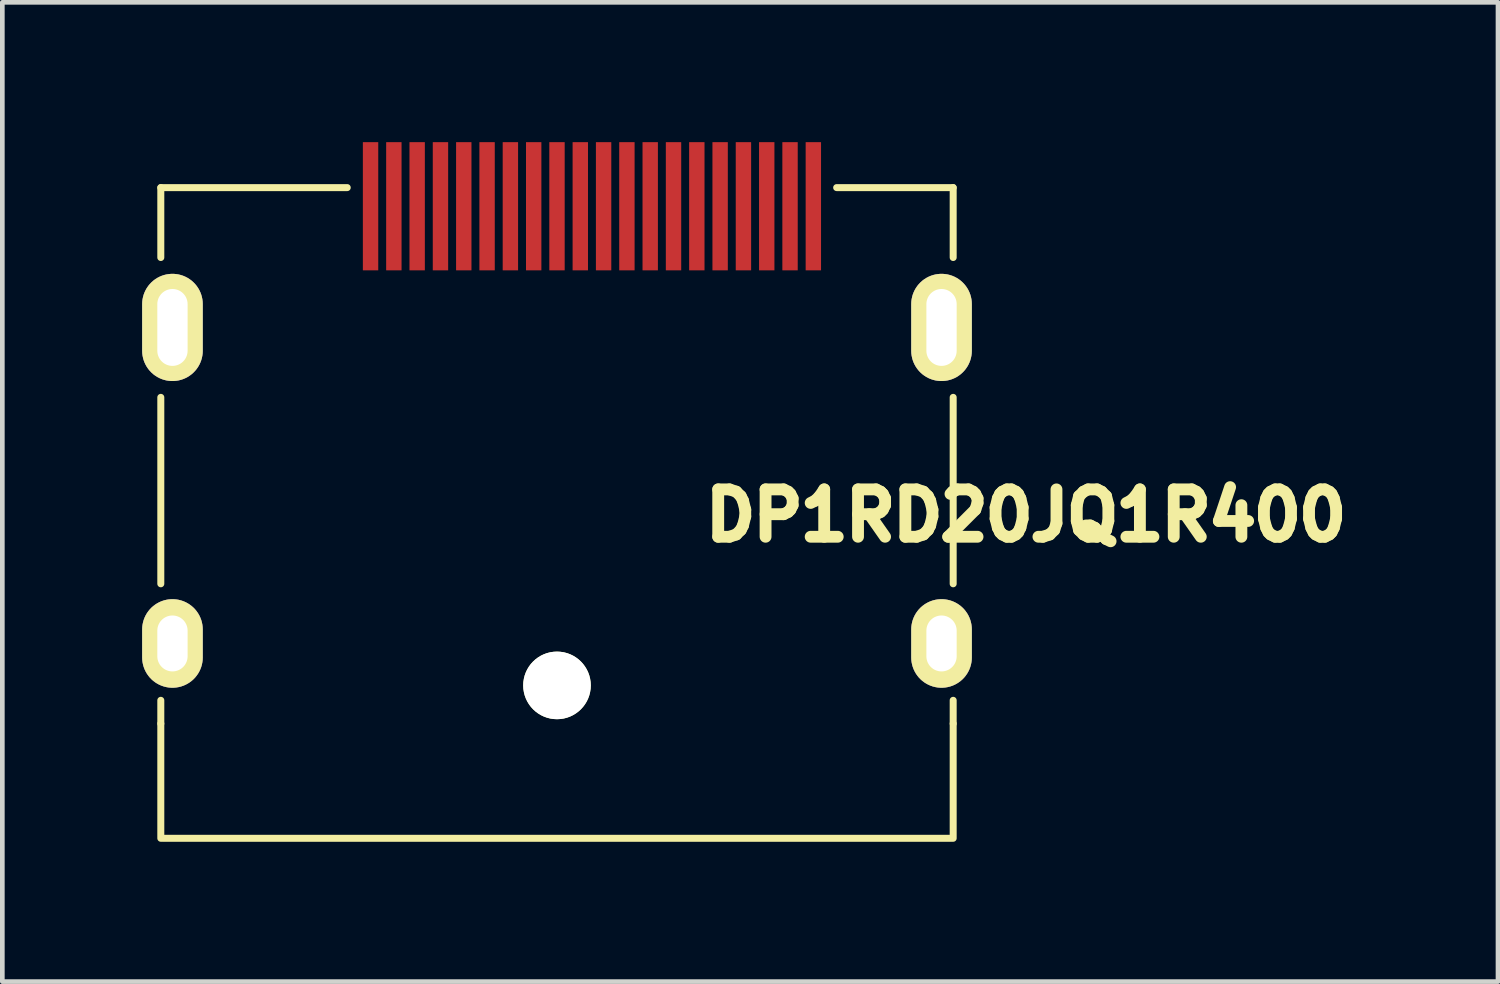
<source format=kicad_pcb>
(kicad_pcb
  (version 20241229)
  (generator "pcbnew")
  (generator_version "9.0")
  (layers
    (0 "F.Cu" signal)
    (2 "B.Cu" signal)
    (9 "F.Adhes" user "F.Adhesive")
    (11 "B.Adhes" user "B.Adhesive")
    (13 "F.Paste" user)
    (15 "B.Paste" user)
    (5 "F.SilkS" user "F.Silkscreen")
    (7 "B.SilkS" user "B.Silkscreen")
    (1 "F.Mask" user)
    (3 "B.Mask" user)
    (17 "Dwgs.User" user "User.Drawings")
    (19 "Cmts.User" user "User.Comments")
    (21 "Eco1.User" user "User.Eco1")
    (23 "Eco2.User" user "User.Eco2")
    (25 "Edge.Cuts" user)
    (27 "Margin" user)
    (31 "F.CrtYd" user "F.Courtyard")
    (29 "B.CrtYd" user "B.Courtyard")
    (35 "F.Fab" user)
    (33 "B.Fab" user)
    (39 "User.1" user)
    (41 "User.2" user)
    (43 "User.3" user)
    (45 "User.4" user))
  (footprint "DP1RD20JQ1R400"
    (layer "F.Cu")
    (at 8.9 3.975)
    (property "Reference" "DP1RD20JQ1R400" (at 10.063 4.034 0) (layer "F.SilkS") (effects (font (size 1.016 1.016) (thickness 0.254))))
    (attr through_hole)
    (fp_line (start -8.5 -3) (end -8.5 -1.5) (stroke (width 0.15) (type solid)) (layer "F.SilkS"))
    (fp_line (start -8.5 -3) (end -4.5 -3) (stroke (width 0.15) (type solid)) (layer "F.SilkS"))
    (fp_line (start -8.5 1.5) (end -8.5 5.5) (stroke (width 0.15) (type solid)) (layer "F.SilkS"))
    (fp_line (start -8.5 8.5) (end -8.5 8) (stroke (width 0.15) (type solid)) (layer "F.SilkS"))
    (fp_line (start -8.5 10.96) (end -8.5 8.5) (stroke (width 0.15) (type solid)) (layer "F.SilkS"))
    (fp_line (start 6 -3) (end 8.5 -3) (stroke (width 0.15) (type solid)) (layer "F.SilkS"))
    (fp_line (start 8.45 10.96) (end -8.45 10.96) (stroke (width 0.15) (type solid)) (layer "F.SilkS"))
    (fp_line (start 8.5 -1.5) (end 8.5 -3) (stroke (width 0.15) (type solid)) (layer "F.SilkS"))
    (fp_line (start 8.5 5.5) (end 8.5 1.5) (stroke (width 0.15) (type solid)) (layer "F.SilkS"))
    (fp_line (start 8.5 8.5) (end 8.5 8) (stroke (width 0.15) (type solid)) (layer "F.SilkS"))
    (fp_line (start 8.5 10.96) (end 8.5 8.5) (stroke (width 0.15) (type solid)) (layer "F.SilkS"))
    (pad "" np_thru_hole circle (at 0 7.68) (size 1.45 1.45) (drill 1.45) (layers "*.Cu" "*.Mask" "F.SilkS"))
    (pad "1" smd rect (at 5.5 -2.6) (size 0.33 2.75) (layers "F.Cu" "F.Mask" "F.Paste"))
    (pad "2" smd rect (at 5 -2.6) (size 0.33 2.75) (layers "F.Cu" "F.Mask" "F.Paste"))
    (pad "3" smd rect (at 4.5 -2.6) (size 0.33 2.75) (layers "F.Cu" "F.Mask" "F.Paste"))
    (pad "4" smd rect (at 4 -2.6) (size 0.33 2.75) (layers "F.Cu" "F.Mask" "F.Paste"))
    (pad "5" smd rect (at 3.5 -2.6) (size 0.33 2.75) (layers "F.Cu" "F.Mask" "F.Paste"))
    (pad "6" smd rect (at 3 -2.6) (size 0.33 2.75) (layers "F.Cu" "F.Mask" "F.Paste"))
    (pad "7" smd rect (at 2.5 -2.6) (size 0.33 2.75) (layers "F.Cu" "F.Mask" "F.Paste"))
    (pad "8" smd rect (at 2 -2.6) (size 0.33 2.75) (layers "F.Cu" "F.Mask" "F.Paste"))
    (pad "9" smd rect (at 1.5 -2.6) (size 0.33 2.75) (layers "F.Cu" "F.Mask" "F.Paste"))
    (pad "10" smd rect (at 1 -2.6) (size 0.33 2.75) (layers "F.Cu" "F.Mask" "F.Paste"))
    (pad "11" smd rect (at 0.5 -2.6) (size 0.33 2.75) (layers "F.Cu" "F.Mask" "F.Paste"))
    (pad "12" smd rect (at 0 -2.6) (size 0.33 2.75) (layers "F.Cu" "F.Mask" "F.Paste"))
    (pad "13" smd rect (at -0.5 -2.6) (size 0.33 2.75) (layers "F.Cu" "F.Mask" "F.Paste"))
    (pad "14" smd rect (at -1 -2.6) (size 0.33 2.75) (layers "F.Cu" "F.Mask" "F.Paste"))
    (pad "15" smd rect (at -1.5 -2.6) (size 0.33 2.75) (layers "F.Cu" "F.Mask" "F.Paste"))
    (pad "16" smd rect (at -2 -2.6) (size 0.33 2.75) (layers "F.Cu" "F.Mask" "F.Paste"))
    (pad "17" smd rect (at -2.5 -2.6) (size 0.33 2.75) (layers "F.Cu" "F.Mask" "F.Paste"))
    (pad "18" smd rect (at -3 -2.6) (size 0.33 2.75) (layers "F.Cu" "F.Mask" "F.Paste"))
    (pad "19" smd rect (at -3.5 -2.6) (size 0.33 2.75) (layers "F.Cu" "F.Mask" "F.Paste"))
    (pad "20" smd rect (at -4 -2.6) (size 0.33 2.75) (layers "F.Cu" "F.Mask" "F.Paste"))
    (pad "SH" thru_hole oval (at -8.25 0) (size 1.3 2.3) (drill oval 0.65 1.65) (layers "*.Cu" "*.Mask" "F.SilkS"))
    (pad "SH" thru_hole oval (at -8.25 6.78) (size 1.3 1.9) (drill oval 0.65 1.2) (layers "*.Cu" "*.Mask" "F.SilkS"))
    (pad "SH" thru_hole oval (at 8.25 0) (size 1.3 2.3) (drill oval 0.65 1.65) (layers "*.Cu" "*.Mask" "F.SilkS"))
    (pad "SH" thru_hole oval (at 8.25 6.78) (size 1.3 1.9) (drill oval 0.65 1.2) (layers "*.Cu" "*.Mask" "F.SilkS")))
  (gr_rect
    (start -3 -3)
    (end 29.089 18.01)
    (stroke (width 0.1) (type default))
    (fill no)
    (layer "Edge.Cuts")))
</source>
